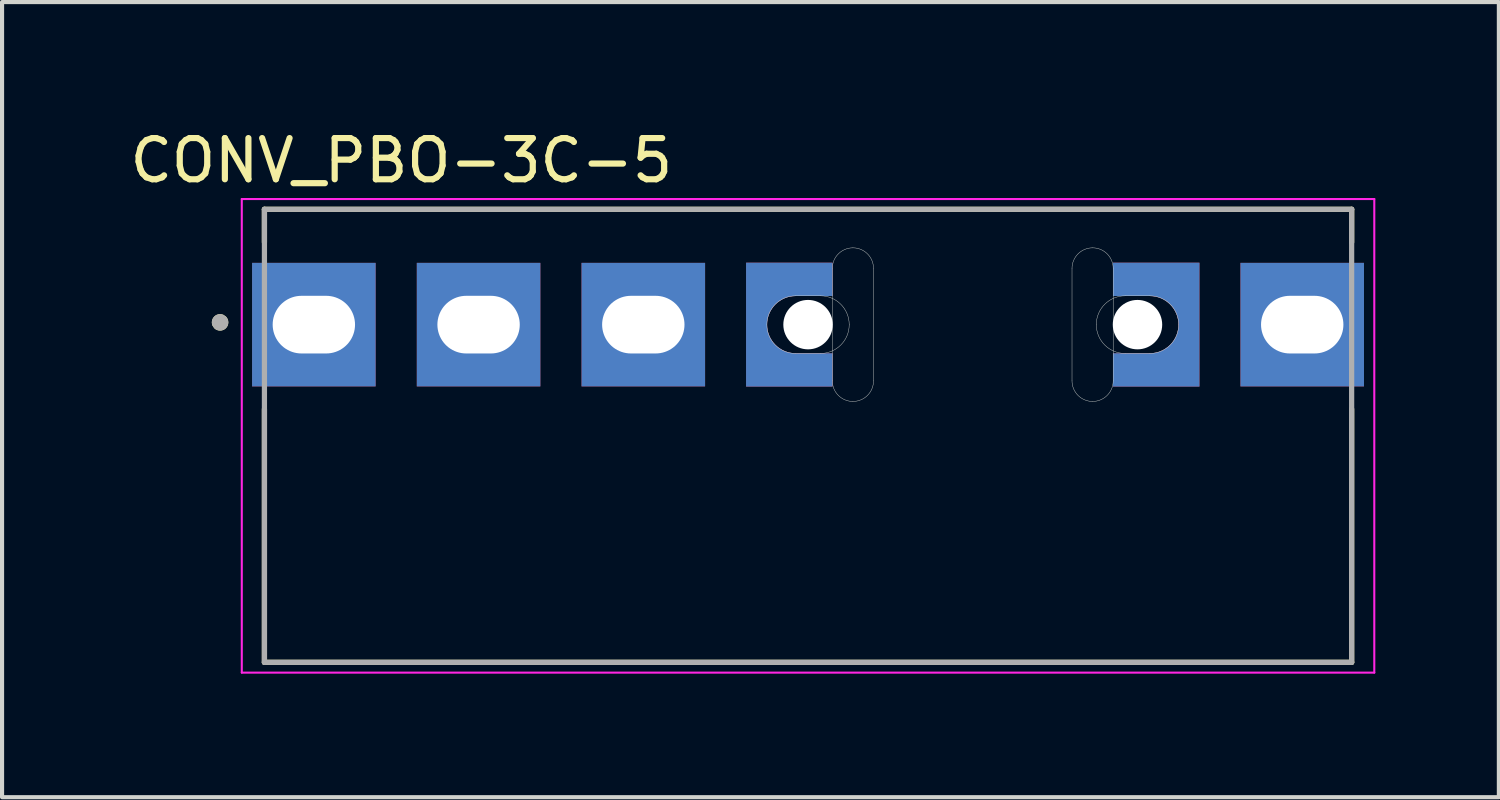
<source format=kicad_pcb>
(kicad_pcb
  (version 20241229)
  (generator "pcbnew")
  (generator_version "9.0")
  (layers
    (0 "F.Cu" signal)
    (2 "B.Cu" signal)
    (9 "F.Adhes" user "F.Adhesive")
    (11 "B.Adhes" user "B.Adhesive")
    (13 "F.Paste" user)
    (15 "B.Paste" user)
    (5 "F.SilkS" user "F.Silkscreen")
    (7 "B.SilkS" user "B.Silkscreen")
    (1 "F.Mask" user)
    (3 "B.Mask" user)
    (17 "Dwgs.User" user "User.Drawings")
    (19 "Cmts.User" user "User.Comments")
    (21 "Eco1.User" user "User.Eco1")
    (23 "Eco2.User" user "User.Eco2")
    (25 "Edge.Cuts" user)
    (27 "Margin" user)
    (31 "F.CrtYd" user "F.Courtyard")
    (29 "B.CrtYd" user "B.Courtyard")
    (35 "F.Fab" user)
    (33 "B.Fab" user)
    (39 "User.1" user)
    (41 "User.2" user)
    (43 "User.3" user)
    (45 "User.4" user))
  (footprint "CONV_PBO-3C-5"
    (layer "F.Cu")
    (at 16.571 4.833)
    (property "Reference" "CONV_PBO-3C-5" (at -9.875 -3.985 0) (layer "F.SilkS") (effects (font (size 1 1) (thickness 0.15))))
    (attr through_hole)
    (fp_poly (pts (xy 0.49 -1.965) (xy 1.69 -1.965) (xy 1.69 1.965) (xy 0.49 1.965)) (stroke (width 0.01) (type solid)) (fill yes) (layer "F.Mask"))
    (fp_poly (pts (xy 6.31 -1.965) (xy 7.51 -1.965) (xy 7.51 1.965) (xy 6.31 1.965)) (stroke (width 0.01) (type solid)) (fill yes) (layer "F.Mask"))
    (fp_poly (pts (xy 0.69 -0.6) (xy 0.69 -1.6) (xy -1.6 -1.6) (xy -1.6 1.6) (xy 0.69 1.6) (xy 0.69 0.6)) (stroke (width 0.01) (type solid)) (fill yes) (layer "F.Mask"))
    (fp_poly (pts (xy 7.31 0.6) (xy 7.31 1.6) (xy 9.6 1.6) (xy 9.6 -1.6) (xy 7.31 -1.6) (xy 7.31 -0.6)) (stroke (width 0.01) (type solid)) (fill yes) (layer "F.Mask"))
    (fp_poly (pts (xy 0.49 -1.965) (xy 1.69 -1.965) (xy 1.69 1.965) (xy 0.49 1.965)) (stroke (width 0.01) (type solid)) (fill yes) (layer "B.Mask"))
    (fp_poly (pts (xy 6.31 -1.965) (xy 7.51 -1.965) (xy 7.51 1.965) (xy 6.31 1.965)) (stroke (width 0.01) (type solid)) (fill yes) (layer "B.Mask"))
    (fp_poly (pts (xy 0.69 -0.6) (xy 0.69 -1.6) (xy -1.6 -1.6) (xy -1.6 1.6) (xy 0.69 1.6) (xy 0.69 0.6)) (stroke (width 0.01) (type solid)) (fill yes) (layer "B.Mask"))
    (fp_poly (pts (xy 7.31 0.6) (xy 7.31 1.6) (xy 9.6 1.6) (xy 9.6 -1.6) (xy 7.31 -1.6) (xy 7.31 -0.6)) (stroke (width 0.01) (type solid)) (fill yes) (layer "B.Mask"))
    (fp_line (start -13.2 -2.8) (end -13.2 -2) (stroke (width 0.127) (type solid)) (layer "F.SilkS"))
    (fp_line (start -13.2 2.05) (end -13.2 8.2) (stroke (width 0.127) (type solid)) (layer "F.SilkS"))
    (fp_line (start -13.2 8.2) (end 13.2 8.2) (stroke (width 0.127) (type solid)) (layer "F.SilkS"))
    (fp_line (start 13.2 -2.8) (end -13.2 -2.8) (stroke (width 0.127) (type solid)) (layer "F.SilkS"))
    (fp_line (start 13.2 -2.8) (end 13.2 -2) (stroke (width 0.127) (type solid)) (layer "F.SilkS"))
    (fp_line (start 13.2 2.05) (end 13.2 8.2) (stroke (width 0.127) (type solid)) (layer "F.SilkS"))
    (fp_circle (center -14.277 -0.055) (end -14.177 -0.055) (stroke (width 0.2) (type solid)) (fill no) (layer "F.SilkS"))
    (fp_poly (pts (xy -1 0) (xy -0.999 -0.037) (xy -0.996 -0.073) (xy -0.991 -0.11) (xy -0.985 -0.146) (xy -0.976 -0.181) (xy -0.966 -0.216) (xy -0.954 -0.251) (xy -0.939 -0.285) (xy -0.924 -0.318) (xy -0.906 -0.35) (xy -0.887 -0.381) (xy -0.866 -0.411) (xy -0.844 -0.441) (xy -0.82 -0.468) (xy -0.795 -0.495) (xy -0.768 -0.52) (xy -0.741 -0.544) (xy -0.711 -0.566) (xy -0.681 -0.587) (xy -0.65 -0.606) (xy -0.618 -0.624) (xy -0.585 -0.639) (xy -0.551 -0.654) (xy -0.516 -0.666) (xy -0.481 -0.676) (xy -0.446 -0.685) (xy -0.41 -0.691) (xy -0.373 -0.696) (xy -0.337 -0.699) (xy -0.3 -0.7) (xy 0.59 -0.7) (xy 0.59 -1.5) (xy -1.5 -1.5) (xy -1.5 1.5) (xy 0.59 1.5) (xy 0.59 0.7) (xy -0.3 0.7) (xy -0.337 0.699) (xy -0.373 0.696) (xy -0.41 0.691) (xy -0.446 0.685) (xy -0.481 0.676) (xy -0.516 0.666) (xy -0.551 0.654) (xy -0.585 0.639) (xy -0.618 0.624) (xy -0.65 0.606) (xy -0.681 0.587) (xy -0.711 0.566) (xy -0.741 0.544) (xy -0.768 0.52) (xy -0.795 0.495) (xy -0.82 0.468) (xy -0.844 0.441) (xy -0.866 0.411) (xy -0.887 0.381) (xy -0.906 0.35) (xy -0.924 0.318) (xy -0.939 0.285) (xy -0.954 0.251) (xy -0.966 0.216) (xy -0.976 0.181) (xy -0.985 0.146) (xy -0.991 0.11) (xy -0.996 0.073) (xy -0.999 0.037) (xy -1 0)) (stroke (width 0.01) (type solid)) (fill yes) (layer "F.Paste"))
    (fp_poly (pts (xy 9 0) (xy 8.999 0.037) (xy 8.996 0.073) (xy 8.991 0.11) (xy 8.985 0.146) (xy 8.976 0.181) (xy 8.966 0.216) (xy 8.954 0.251) (xy 8.939 0.285) (xy 8.924 0.318) (xy 8.906 0.35) (xy 8.887 0.381) (xy 8.866 0.411) (xy 8.844 0.441) (xy 8.82 0.468) (xy 8.795 0.495) (xy 8.768 0.52) (xy 8.741 0.544) (xy 8.711 0.566) (xy 8.681 0.587) (xy 8.65 0.606) (xy 8.618 0.624) (xy 8.585 0.639) (xy 8.551 0.654) (xy 8.516 0.666) (xy 8.481 0.676) (xy 8.446 0.685) (xy 8.41 0.691) (xy 8.373 0.696) (xy 8.337 0.699) (xy 8.3 0.7) (xy 7.41 0.7) (xy 7.41 1.5) (xy 9.5 1.5) (xy 9.5 -1.5) (xy 7.41 -1.5) (xy 7.41 -0.7) (xy 8.3 -0.7) (xy 8.337 -0.699) (xy 8.373 -0.696) (xy 8.41 -0.691) (xy 8.446 -0.685) (xy 8.481 -0.676) (xy 8.516 -0.666) (xy 8.551 -0.654) (xy 8.585 -0.639) (xy 8.618 -0.624) (xy 8.65 -0.606) (xy 8.681 -0.587) (xy 8.711 -0.566) (xy 8.741 -0.544) (xy 8.768 -0.52) (xy 8.795 -0.495) (xy 8.82 -0.468) (xy 8.844 -0.441) (xy 8.866 -0.411) (xy 8.887 -0.381) (xy 8.906 -0.35) (xy 8.924 -0.318) (xy 8.939 -0.285) (xy 8.954 -0.251) (xy 8.966 -0.216) (xy 8.976 -0.181) (xy 8.985 -0.146) (xy 8.991 -0.11) (xy 8.996 -0.073) (xy 8.999 -0.037) (xy 9 0)) (stroke (width 0.01) (type solid)) (fill yes) (layer "F.Paste"))
    (fp_line (start -0.3 -0.7) (end 0.3 -0.7) (stroke (width 0.01) (type solid)) (layer "Edge.Cuts"))
    (fp_line (start 0.3 0.7) (end -0.3 0.7) (stroke (width 0.01) (type solid)) (layer "Edge.Cuts"))
    (fp_line (start 0.59 -1.365) (end 0.59 1.365) (stroke (width 0.01) (type solid)) (layer "Edge.Cuts"))
    (fp_line (start 1.59 1.365) (end 1.59 -1.365) (stroke (width 0.01) (type solid)) (layer "Edge.Cuts"))
    (fp_line (start 6.41 -1.365) (end 6.41 1.365) (stroke (width 0.01) (type solid)) (layer "Edge.Cuts"))
    (fp_line (start 7.41 1.365) (end 7.41 -1.365) (stroke (width 0.01) (type solid)) (layer "Edge.Cuts"))
    (fp_line (start 7.7 -0.7) (end 8.3 -0.7) (stroke (width 0.01) (type solid)) (layer "Edge.Cuts"))
    (fp_line (start 8.3 0.7) (end 7.7 0.7) (stroke (width 0.01) (type solid)) (layer "Edge.Cuts"))
    (fp_arc (start -1 0) (mid -0.794975 -0.494975) (end -0.3 -0.7) (stroke (width 0.01) (type solid)) (layer "Edge.Cuts"))
    (fp_arc (start -0.3 0.7) (mid -0.794975 0.494975) (end -1 0) (stroke (width 0.01) (type solid)) (layer "Edge.Cuts"))
    (fp_arc (start 0.3 -0.7) (mid 0.794975 -0.494975) (end 1 0) (stroke (width 0.01) (type solid)) (layer "Edge.Cuts"))
    (fp_arc (start 0.59 -1.365) (mid 0.736447 -1.718553) (end 1.09 -1.865) (stroke (width 0.01) (type solid)) (layer "Edge.Cuts"))
    (fp_arc (start 1 0) (mid 0.794975 0.494975) (end 0.3 0.7) (stroke (width 0.01) (type solid)) (layer "Edge.Cuts"))
    (fp_arc (start 1.09 -1.865) (mid 1.443553 -1.718553) (end 1.59 -1.365) (stroke (width 0.01) (type solid)) (layer "Edge.Cuts"))
    (fp_arc (start 1.09 1.865) (mid 0.736447 1.718553) (end 0.59 1.365) (stroke (width 0.01) (type solid)) (layer "Edge.Cuts"))
    (fp_arc (start 1.59 1.365) (mid 1.443553 1.718553) (end 1.09 1.865) (stroke (width 0.01) (type solid)) (layer "Edge.Cuts"))
    (fp_arc (start 6.41 -1.365) (mid 6.556447 -1.718553) (end 6.91 -1.865) (stroke (width 0.01) (type solid)) (layer "Edge.Cuts"))
    (fp_arc (start 6.91 -1.865) (mid 7.263553 -1.718553) (end 7.41 -1.365) (stroke (width 0.01) (type solid)) (layer "Edge.Cuts"))
    (fp_arc (start 6.91 1.865) (mid 6.556447 1.718553) (end 6.41 1.365) (stroke (width 0.01) (type solid)) (layer "Edge.Cuts"))
    (fp_arc (start 7 0) (mid 7.205025 -0.494975) (end 7.7 -0.7) (stroke (width 0.01) (type solid)) (layer "Edge.Cuts"))
    (fp_arc (start 7.41 1.365) (mid 7.263553 1.718553) (end 6.91 1.865) (stroke (width 0.01) (type solid)) (layer "Edge.Cuts"))
    (fp_arc (start 7.7 0.7) (mid 7.205025 0.494975) (end 7 0) (stroke (width 0.01) (type solid)) (layer "Edge.Cuts"))
    (fp_arc (start 8.3 -0.7) (mid 8.794975 -0.494975) (end 9 0) (stroke (width 0.01) (type solid)) (layer "Edge.Cuts"))
    (fp_arc (start 9 0) (mid 8.794975 0.494975) (end 8.3 0.7) (stroke (width 0.01) (type solid)) (layer "Edge.Cuts"))
    (fp_line (start -13.75 -3.05) (end -13.75 8.45) (stroke (width 0.05) (type solid)) (layer "F.CrtYd"))
    (fp_line (start -13.75 8.45) (end 13.75 8.45) (stroke (width 0.05) (type solid)) (layer "F.CrtYd"))
    (fp_line (start 13.75 -3.05) (end -13.75 -3.05) (stroke (width 0.05) (type solid)) (layer "F.CrtYd"))
    (fp_line (start 13.75 8.45) (end 13.75 -3.05) (stroke (width 0.05) (type solid)) (layer "F.CrtYd"))
    (fp_line (start -13.2 -2.8) (end -13.2 8.2) (stroke (width 0.127) (type solid)) (layer "F.Fab"))
    (fp_line (start -13.2 8.2) (end 13.2 8.2) (stroke (width 0.127) (type solid)) (layer "F.Fab"))
    (fp_line (start 13.2 -2.8) (end -13.2 -2.8) (stroke (width 0.127) (type solid)) (layer "F.Fab"))
    (fp_line (start 13.2 8.2) (end 13.2 -2.8) (stroke (width 0.127) (type solid)) (layer "F.Fab"))
    (fp_circle (center -14.277 -0.055) (end -14.177 -0.055) (stroke (width 0.2) (type solid)) (fill no) (layer "F.Fab"))
    (pad "" np_thru_hole circle (at 0 0) (size 1.2 1.2) (drill 1.2) (layers "*.Cu" "*.Mask"))
    (pad "" np_thru_hole circle (at 8 0) (size 1.2 1.2) (drill 1.2) (layers "*.Cu" "*.Mask"))
    (pad "1" thru_hole rect (at -12 0) (size 3 3) (drill oval 2 1.4) (layers "*.Cu" "*.Mask"))
    (pad "2" thru_hole rect (at -8 0) (size 3 3) (drill oval 2 1.4) (layers "*.Cu" "*.Mask"))
    (pad "3" thru_hole rect (at -4 0) (size 3 3) (drill oval 2 1.4) (layers "*.Cu" "*.Mask"))
    (pad "4_1" smd custom (at -1.3 0) (size 0.3 0.3) (layers "F.Cu") (options (anchor rect)) (primitives (gr_poly (pts (xy 0.3 0) (xy 0.301 -0.037) (xy 0.304 -0.073) (xy 0.309 -0.11) (xy 0.315 -0.146) (xy 0.324 -0.181) (xy 0.334 -0.216) (xy 0.346 -0.251) (xy 0.361 -0.285) (xy 0.376 -0.318) (xy 0.394 -0.35) (xy 0.413 -0.381) (xy 0.434 -0.411) (xy 0.456 -0.441) (xy 0.48 -0.468) (xy 0.505 -0.495) (xy 0.532 -0.52) (xy 0.559 -0.544) (xy 0.589 -0.566) (xy 0.619 -0.587) (xy 0.65 -0.606) (xy 0.682 -0.624) (xy 0.715 -0.639) (xy 0.749 -0.654) (xy 0.784 -0.666) (xy 0.819 -0.676) (xy 0.854 -0.685) (xy 0.89 -0.691) (xy 0.927 -0.696) (xy 0.963 -0.699) (xy 1 -0.7) (xy 1.89 -0.7) (xy 1.89 -1.5) (xy -0.2 -1.5) (xy -0.2 1.5) (xy 1.89 1.5) (xy 1.89 0.7) (xy 1 0.7) (xy 0.963 0.699) (xy 0.927 0.696) (xy 0.89 0.691) (xy 0.854 0.685) (xy 0.819 0.676) (xy 0.784 0.666) (xy 0.749 0.654) (xy 0.715 0.639) (xy 0.682 0.624) (xy 0.65 0.606) (xy 0.619 0.587) (xy 0.589 0.566) (xy 0.559 0.544) (xy 0.532 0.52) (xy 0.505 0.495) (xy 0.48 0.468) (xy 0.456 0.441) (xy 0.434 0.411) (xy 0.413 0.381) (xy 0.394 0.35) (xy 0.376 0.318) (xy 0.361 0.285) (xy 0.346 0.251) (xy 0.334 0.216) (xy 0.324 0.181) (xy 0.315 0.146) (xy 0.309 0.11) (xy 0.304 0.073) (xy 0.301 0.037) (xy 0.3 0)) (width 0.01) (fill yes))))
    (pad "4_2" smd custom (at -1.3 0) (size 0.3 0.3) (layers "B.Cu") (options (anchor rect)) (primitives (gr_poly (pts (xy 0.3 0) (xy 0.301 -0.037) (xy 0.304 -0.073) (xy 0.309 -0.11) (xy 0.315 -0.146) (xy 0.324 -0.181) (xy 0.334 -0.216) (xy 0.346 -0.251) (xy 0.361 -0.285) (xy 0.376 -0.318) (xy 0.394 -0.35) (xy 0.413 -0.381) (xy 0.434 -0.411) (xy 0.456 -0.441) (xy 0.48 -0.468) (xy 0.505 -0.495) (xy 0.532 -0.52) (xy 0.559 -0.544) (xy 0.589 -0.566) (xy 0.619 -0.587) (xy 0.65 -0.606) (xy 0.682 -0.624) (xy 0.715 -0.639) (xy 0.749 -0.654) (xy 0.784 -0.666) (xy 0.819 -0.676) (xy 0.854 -0.685) (xy 0.89 -0.691) (xy 0.927 -0.696) (xy 0.963 -0.699) (xy 1 -0.7) (xy 1.89 -0.7) (xy 1.89 -1.5) (xy -0.2 -1.5) (xy -0.2 1.5) (xy 1.89 1.5) (xy 1.89 0.7) (xy 1 0.7) (xy 0.963 0.699) (xy 0.927 0.696) (xy 0.89 0.691) (xy 0.854 0.685) (xy 0.819 0.676) (xy 0.784 0.666) (xy 0.749 0.654) (xy 0.715 0.639) (xy 0.682 0.624) (xy 0.65 0.606) (xy 0.619 0.587) (xy 0.589 0.566) (xy 0.559 0.544) (xy 0.532 0.52) (xy 0.505 0.495) (xy 0.48 0.468) (xy 0.456 0.441) (xy 0.434 0.411) (xy 0.413 0.381) (xy 0.394 0.35) (xy 0.376 0.318) (xy 0.361 0.285) (xy 0.346 0.251) (xy 0.334 0.216) (xy 0.324 0.181) (xy 0.315 0.146) (xy 0.309 0.11) (xy 0.304 0.073) (xy 0.301 0.037) (xy 0.3 0)) (width 0.01) (fill yes))))
    (pad "5_1" smd custom (at 9.3 0) (size 0.3 0.3) (layers "F.Cu") (options (anchor rect)) (primitives (gr_poly (pts (xy -0.3 0) (xy -0.301 0.037) (xy -0.304 0.073) (xy -0.309 0.11) (xy -0.315 0.146) (xy -0.324 0.181) (xy -0.334 0.216) (xy -0.346 0.251) (xy -0.361 0.285) (xy -0.376 0.318) (xy -0.394 0.35) (xy -0.413 0.381) (xy -0.434 0.411) (xy -0.456 0.441) (xy -0.48 0.468) (xy -0.505 0.495) (xy -0.532 0.52) (xy -0.559 0.544) (xy -0.589 0.566) (xy -0.619 0.587) (xy -0.65 0.606) (xy -0.682 0.624) (xy -0.715 0.639) (xy -0.749 0.654) (xy -0.784 0.666) (xy -0.819 0.676) (xy -0.854 0.685) (xy -0.89 0.691) (xy -0.927 0.696) (xy -0.963 0.699) (xy -1 0.7) (xy -1.89 0.7) (xy -1.89 1.5) (xy 0.2 1.5) (xy 0.2 -1.5) (xy -1.89 -1.5) (xy -1.89 -0.7) (xy -1 -0.7) (xy -0.963 -0.699) (xy -0.927 -0.696) (xy -0.89 -0.691) (xy -0.854 -0.685) (xy -0.819 -0.676) (xy -0.784 -0.666) (xy -0.749 -0.654) (xy -0.715 -0.639) (xy -0.682 -0.624) (xy -0.65 -0.606) (xy -0.619 -0.587) (xy -0.589 -0.566) (xy -0.559 -0.544) (xy -0.532 -0.52) (xy -0.505 -0.495) (xy -0.48 -0.468) (xy -0.456 -0.441) (xy -0.434 -0.411) (xy -0.413 -0.381) (xy -0.394 -0.35) (xy -0.376 -0.318) (xy -0.361 -0.285) (xy -0.346 -0.251) (xy -0.334 -0.216) (xy -0.324 -0.181) (xy -0.315 -0.146) (xy -0.309 -0.11) (xy -0.304 -0.073) (xy -0.301 -0.037) (xy -0.3 0)) (width 0.01) (fill yes))))
    (pad "5_2" smd custom (at 9.3 0) (size 0.3 0.3) (layers "B.Cu") (options (anchor rect)) (primitives (gr_poly (pts (xy -0.3 0) (xy -0.301 0.037) (xy -0.304 0.073) (xy -0.309 0.11) (xy -0.315 0.146) (xy -0.324 0.181) (xy -0.334 0.216) (xy -0.346 0.251) (xy -0.361 0.285) (xy -0.376 0.318) (xy -0.394 0.35) (xy -0.413 0.381) (xy -0.434 0.411) (xy -0.456 0.441) (xy -0.48 0.468) (xy -0.505 0.495) (xy -0.532 0.52) (xy -0.559 0.544) (xy -0.589 0.566) (xy -0.619 0.587) (xy -0.65 0.606) (xy -0.682 0.624) (xy -0.715 0.639) (xy -0.749 0.654) (xy -0.784 0.666) (xy -0.819 0.676) (xy -0.854 0.685) (xy -0.89 0.691) (xy -0.927 0.696) (xy -0.963 0.699) (xy -1 0.7) (xy -1.89 0.7) (xy -1.89 1.5) (xy 0.2 1.5) (xy 0.2 -1.5) (xy -1.89 -1.5) (xy -1.89 -0.7) (xy -1 -0.7) (xy -0.963 -0.699) (xy -0.927 -0.696) (xy -0.89 -0.691) (xy -0.854 -0.685) (xy -0.819 -0.676) (xy -0.784 -0.666) (xy -0.749 -0.654) (xy -0.715 -0.639) (xy -0.682 -0.624) (xy -0.65 -0.606) (xy -0.619 -0.587) (xy -0.589 -0.566) (xy -0.559 -0.544) (xy -0.532 -0.52) (xy -0.505 -0.495) (xy -0.48 -0.468) (xy -0.456 -0.441) (xy -0.434 -0.411) (xy -0.413 -0.381) (xy -0.394 -0.35) (xy -0.376 -0.318) (xy -0.361 -0.285) (xy -0.346 -0.251) (xy -0.334 -0.216) (xy -0.324 -0.181) (xy -0.315 -0.146) (xy -0.309 -0.11) (xy -0.304 -0.073) (xy -0.301 -0.037) (xy -0.3 0)) (width 0.01) (fill yes))))
    (pad "6" thru_hole rect (at 12 0) (size 3 3) (drill oval 2 1.4) (layers "*.Cu" "*.Mask")))
  (gr_rect
    (start -3 -3)
    (end 33.346 16.308)
    (stroke (width 0.1) (type default))
    (fill no)
    (layer "Edge.Cuts")))
</source>
